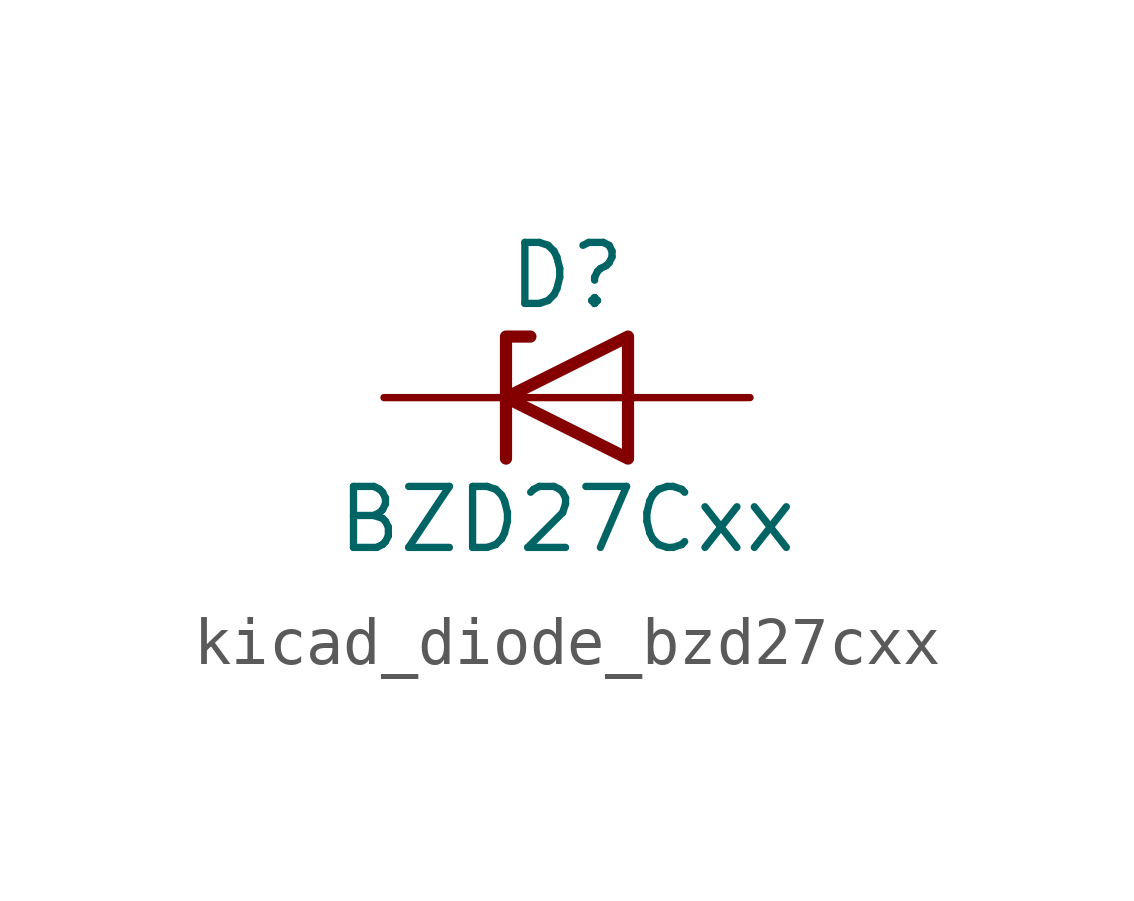
<source format=kicad_sym>
(kicad_symbol_lib
  (version 20220914)
  (generator kicad_symbol_editor)
  (symbol "kicad_diode_bzd27cxx"
    (pin_numbers hide)
    (pin_names hide)
    (property "Reference" "D"
      (at 0 2.54 0)
      (effects (font (size 1.27 1.27))))
    (property "Value" "BZD27Cxx"
      (at 0 -2.54 0)
      (effects (font (size 1.27 1.27))))
    (symbol "kicad_diode_bzd27cxx_0_1"
      (polyline (pts (xy 1.27 0) (xy -1.27 0)) (stroke (width 0) (type default)) (fill (type none)))
      (polyline (pts (xy -1.27 -1.27) (xy -1.27 1.27) (xy -0.762 1.27)) (stroke (width 0.254) (type default)) (fill (type none)))
      (polyline (pts (xy 1.27 -1.27) (xy 1.27 1.27) (xy -1.27 0) (xy 1.27 -1.27)) (stroke (width 0.254) (type default)) (fill (type none))))
    (symbol "kicad_diode_bzd27cxx_1_1"
      (pin passive line (at -3.81 0 0) (length 2.54) (name "K" (effects (font (size 1.27 1.27)))) (number "1" (effects (font (size 1.27 1.27)))))
      (pin passive line (at 3.81 0 180) (length 2.54) (name "A" (effects (font (size 1.27 1.27)))) (number "2" (effects (font (size 1.27 1.27))))))))
</source>
